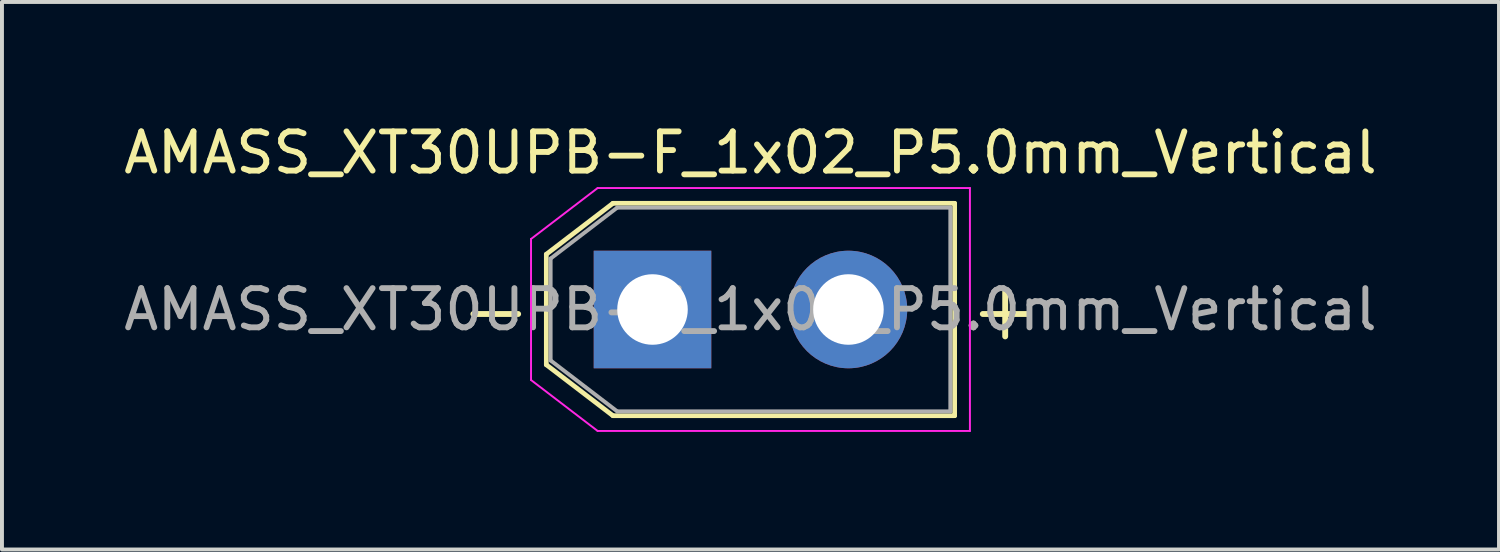
<source format=kicad_pcb>
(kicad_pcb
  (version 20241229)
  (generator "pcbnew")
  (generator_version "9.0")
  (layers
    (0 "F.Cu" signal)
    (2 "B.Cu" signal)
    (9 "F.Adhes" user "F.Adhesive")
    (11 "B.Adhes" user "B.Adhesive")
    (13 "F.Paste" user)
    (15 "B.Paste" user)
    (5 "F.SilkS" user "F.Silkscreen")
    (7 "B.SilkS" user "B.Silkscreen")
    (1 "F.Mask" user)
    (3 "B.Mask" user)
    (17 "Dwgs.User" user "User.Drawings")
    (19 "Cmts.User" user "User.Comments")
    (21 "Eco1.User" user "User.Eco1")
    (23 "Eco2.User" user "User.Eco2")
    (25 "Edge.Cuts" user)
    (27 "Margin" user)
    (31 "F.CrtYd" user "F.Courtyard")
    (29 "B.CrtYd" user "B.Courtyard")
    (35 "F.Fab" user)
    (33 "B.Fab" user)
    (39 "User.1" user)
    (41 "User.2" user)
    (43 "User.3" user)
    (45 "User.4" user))
  (footprint "AMASS_XT30UPB-F_1x02_P5.0mm_Vertical"
    (layer "F.Cu")
    (at 13.601 4.848)
    (property "Reference" "AMASS_XT30UPB-F_1x02_P5.0mm_Vertical" (at 2.5 -4 0) (layer "F.SilkS") (effects (font (size 1 1) (thickness 0.15))))
    (attr through_hole)
    (fp_line (start -2.71 -1.41) (end -2.71 1.41) (stroke (width 0.12) (type solid)) (layer "F.SilkS"))
    (fp_line (start -2.71 -1.41) (end -1.01 -2.71) (stroke (width 0.12) (type solid)) (layer "F.SilkS"))
    (fp_line (start -2.71 1.41) (end -1.01 2.71) (stroke (width 0.12) (type solid)) (layer "F.SilkS"))
    (fp_line (start -1.01 -2.71) (end 7.71 -2.71) (stroke (width 0.12) (type solid)) (layer "F.SilkS"))
    (fp_line (start -1.01 2.71) (end 7.71 2.71) (stroke (width 0.12) (type solid)) (layer "F.SilkS"))
    (fp_line (start 7.71 -2.71) (end 7.71 2.71) (stroke (width 0.12) (type solid)) (layer "F.SilkS"))
    (fp_line (start -3.1 -1.8) (end -3.1 1.8) (stroke (width 0.05) (type solid)) (layer "F.CrtYd"))
    (fp_line (start -3.1 -1.8) (end -1.4 -3.1) (stroke (width 0.05) (type solid)) (layer "F.CrtYd"))
    (fp_line (start -3.1 1.8) (end -1.4 3.1) (stroke (width 0.05) (type solid)) (layer "F.CrtYd"))
    (fp_line (start -1.4 -3.1) (end 8.1 -3.1) (stroke (width 0.05) (type solid)) (layer "F.CrtYd"))
    (fp_line (start -1.4 3.1) (end 8.1 3.1) (stroke (width 0.05) (type solid)) (layer "F.CrtYd"))
    (fp_line (start 8.1 -3.1) (end 8.1 3.1) (stroke (width 0.05) (type solid)) (layer "F.CrtYd"))
    (fp_line (start -2.6 -1.3) (end -2.6 1.3) (stroke (width 0.1) (type solid)) (layer "F.Fab"))
    (fp_line (start -2.6 -1.3) (end -0.9 -2.6) (stroke (width 0.1) (type solid)) (layer "F.Fab"))
    (fp_line (start -2.6 1.3) (end -0.9 2.6) (stroke (width 0.1) (type solid)) (layer "F.Fab"))
    (fp_line (start -0.9 -2.6) (end 7.6 -2.6) (stroke (width 0.1) (type solid)) (layer "F.Fab"))
    (fp_line (start -0.9 2.6) (end 7.6 2.6) (stroke (width 0.1) (type solid)) (layer "F.Fab"))
    (fp_line (start 7.6 -2.6) (end 7.6 2.6) (stroke (width 0.1) (type solid)) (layer "F.Fab"))
    (fp_text user "-" (at -4 0 0) (layer "F.SilkS") (effects (font (size 1.5 1.5) (thickness 0.15))))
    (fp_text user "+" (at 9 0 0) (layer "F.SilkS") (effects (font (size 1.5 1.5) (thickness 0.15))))
    (fp_text user "${REFERENCE}" (at 2.5 0 0) (layer "F.Fab") (effects (font (size 1 1) (thickness 0.15))))
    (pad "1" thru_hole rect (at 0 0) (size 3 3) (drill 1.8) (layers "*.Cu" "*.Mask"))
    (pad "2" thru_hole circle (at 5 0) (size 3 3) (drill 1.8) (layers "*.Cu" "*.Mask")))
  (gr_rect
    (start -3 -3)
    (end 35.202 10.973)
    (stroke (width 0.1) (type default))
    (fill no)
    (layer "Edge.Cuts")))
</source>
